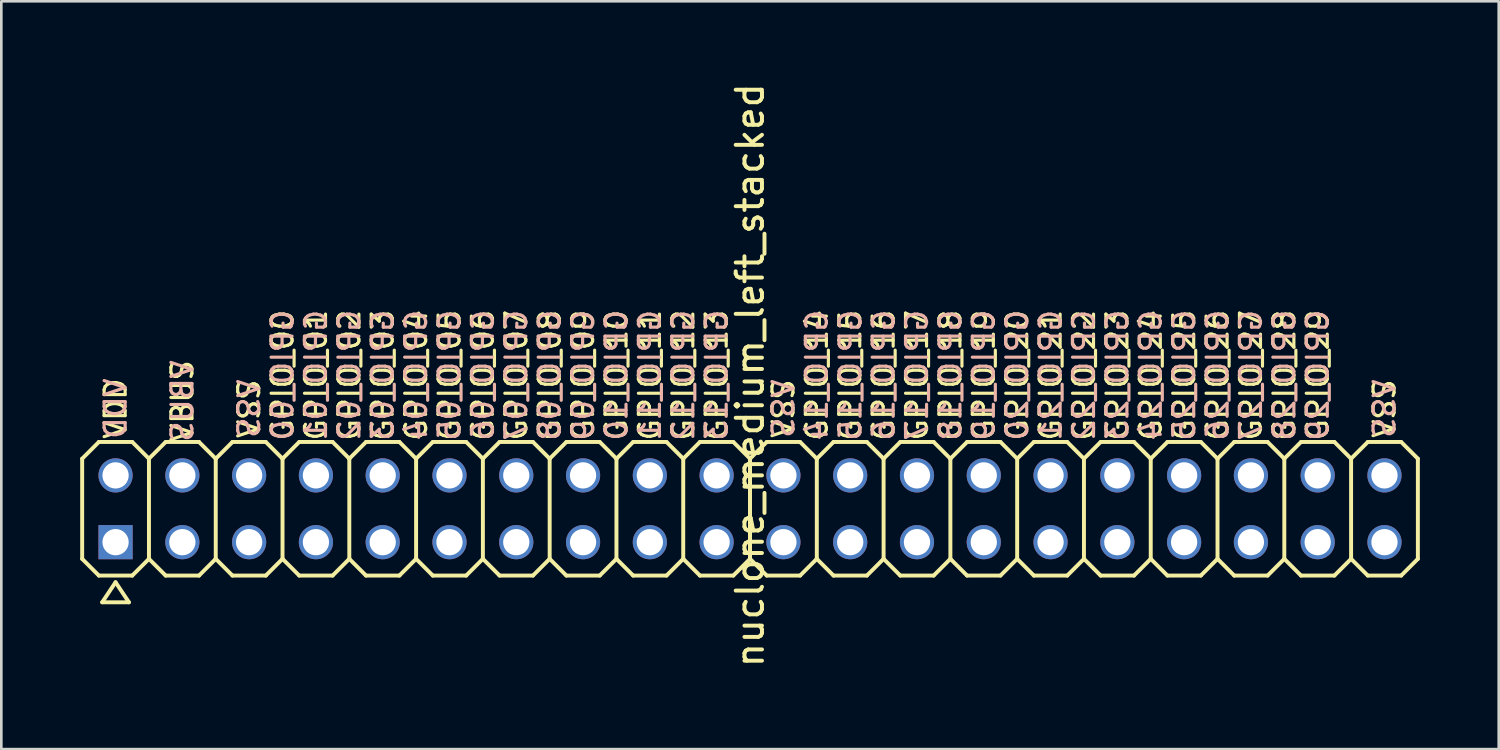
<source format=kicad_pcb>
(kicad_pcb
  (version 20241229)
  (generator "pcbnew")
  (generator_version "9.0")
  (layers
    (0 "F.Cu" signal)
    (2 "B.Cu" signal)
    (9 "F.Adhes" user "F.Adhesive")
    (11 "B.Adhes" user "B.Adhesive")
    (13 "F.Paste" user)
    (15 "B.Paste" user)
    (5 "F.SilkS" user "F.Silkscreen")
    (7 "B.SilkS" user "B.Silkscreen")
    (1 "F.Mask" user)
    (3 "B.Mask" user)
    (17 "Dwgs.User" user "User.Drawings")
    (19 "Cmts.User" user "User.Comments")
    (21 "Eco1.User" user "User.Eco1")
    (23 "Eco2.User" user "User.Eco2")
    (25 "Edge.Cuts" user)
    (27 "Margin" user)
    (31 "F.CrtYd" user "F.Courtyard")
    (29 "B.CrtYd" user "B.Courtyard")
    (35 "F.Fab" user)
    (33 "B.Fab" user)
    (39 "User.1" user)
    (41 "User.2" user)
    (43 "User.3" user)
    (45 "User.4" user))
  (footprint "nuclone_medium_left_stacked"
    (layer "F.Cu")
    (at 25.475 16.3)
    (property "Reference" "nuclone_medium_left_stacked" (at 0 -5.08 90) (layer "F.SilkS") (effects (font (size 1 1) (thickness 0.15))))
    (attr through_hole)
    (fp_line (start -25.4 -1.905) (end -24.765 -2.54) (stroke (width 0.15) (type solid)) (layer "F.SilkS"))
    (fp_line (start -25.4 1.905) (end -25.4 -1.905) (stroke (width 0.15) (type solid)) (layer "F.SilkS"))
    (fp_line (start -25.4 1.905) (end -24.765 2.54) (stroke (width 0.15) (type solid)) (layer "F.SilkS"))
    (fp_line (start -24.765 -2.54) (end -23.495 -2.54) (stroke (width 0.15) (type solid)) (layer "F.SilkS"))
    (fp_line (start -24.765 2.54) (end -23.495 2.54) (stroke (width 0.15) (type solid)) (layer "F.SilkS"))
    (fp_line (start -24.638 3.556) (end -23.622 3.556) (stroke (width 0.15) (type solid)) (layer "F.SilkS"))
    (fp_line (start -24.13 2.794) (end -24.638 3.556) (stroke (width 0.15) (type solid)) (layer "F.SilkS"))
    (fp_line (start -23.622 3.556) (end -24.13 2.794) (stroke (width 0.15) (type solid)) (layer "F.SilkS"))
    (fp_line (start -23.495 -2.54) (end -22.86 -1.905) (stroke (width 0.15) (type solid)) (layer "F.SilkS"))
    (fp_line (start -23.495 2.54) (end -22.86 1.905) (stroke (width 0.15) (type solid)) (layer "F.SilkS"))
    (fp_line (start -22.86 -1.905) (end -22.86 1.905) (stroke (width 0.15) (type solid)) (layer "F.SilkS"))
    (fp_line (start -22.86 -1.905) (end -22.225 -2.54) (stroke (width 0.15) (type solid)) (layer "F.SilkS"))
    (fp_line (start -22.86 1.905) (end -22.225 2.54) (stroke (width 0.15) (type solid)) (layer "F.SilkS"))
    (fp_line (start -22.225 -2.54) (end -20.955 -2.54) (stroke (width 0.15) (type solid)) (layer "F.SilkS"))
    (fp_line (start -22.225 2.54) (end -20.955 2.54) (stroke (width 0.15) (type solid)) (layer "F.SilkS"))
    (fp_line (start -20.955 -2.54) (end -20.32 -1.905) (stroke (width 0.15) (type solid)) (layer "F.SilkS"))
    (fp_line (start -20.955 2.54) (end -20.32 1.905) (stroke (width 0.15) (type solid)) (layer "F.SilkS"))
    (fp_line (start -20.32 -1.905) (end -20.32 1.905) (stroke (width 0.15) (type solid)) (layer "F.SilkS"))
    (fp_line (start -20.32 -1.905) (end -19.685 -2.54) (stroke (width 0.15) (type solid)) (layer "F.SilkS"))
    (fp_line (start -20.32 1.905) (end -19.685 2.54) (stroke (width 0.15) (type solid)) (layer "F.SilkS"))
    (fp_line (start -19.685 -2.54) (end -18.415 -2.54) (stroke (width 0.15) (type solid)) (layer "F.SilkS"))
    (fp_line (start -19.685 2.54) (end -18.415 2.54) (stroke (width 0.15) (type solid)) (layer "F.SilkS"))
    (fp_line (start -18.415 -2.54) (end -17.78 -1.905) (stroke (width 0.15) (type solid)) (layer "F.SilkS"))
    (fp_line (start -18.415 2.54) (end -17.78 1.905) (stroke (width 0.15) (type solid)) (layer "F.SilkS"))
    (fp_line (start -17.78 -1.905) (end -17.78 1.905) (stroke (width 0.15) (type solid)) (layer "F.SilkS"))
    (fp_line (start -17.78 -1.905) (end -17.145 -2.54) (stroke (width 0.15) (type solid)) (layer "F.SilkS"))
    (fp_line (start -17.78 1.905) (end -17.145 2.54) (stroke (width 0.15) (type solid)) (layer "F.SilkS"))
    (fp_line (start -17.145 -2.54) (end -15.875 -2.54) (stroke (width 0.15) (type solid)) (layer "F.SilkS"))
    (fp_line (start -17.145 2.54) (end -15.875 2.54) (stroke (width 0.15) (type solid)) (layer "F.SilkS"))
    (fp_line (start -15.875 -2.54) (end -15.24 -1.905) (stroke (width 0.15) (type solid)) (layer "F.SilkS"))
    (fp_line (start -15.875 2.54) (end -15.24 1.905) (stroke (width 0.15) (type solid)) (layer "F.SilkS"))
    (fp_line (start -15.24 -1.905) (end -15.24 1.905) (stroke (width 0.15) (type solid)) (layer "F.SilkS"))
    (fp_line (start -15.24 -1.905) (end -14.605 -2.54) (stroke (width 0.15) (type solid)) (layer "F.SilkS"))
    (fp_line (start -15.24 1.905) (end -14.605 2.54) (stroke (width 0.15) (type solid)) (layer "F.SilkS"))
    (fp_line (start -14.605 -2.54) (end -13.335 -2.54) (stroke (width 0.15) (type solid)) (layer "F.SilkS"))
    (fp_line (start -14.605 2.54) (end -13.335 2.54) (stroke (width 0.15) (type solid)) (layer "F.SilkS"))
    (fp_line (start -13.335 -2.54) (end -12.7 -1.905) (stroke (width 0.15) (type solid)) (layer "F.SilkS"))
    (fp_line (start -13.335 2.54) (end -12.7 1.905) (stroke (width 0.15) (type solid)) (layer "F.SilkS"))
    (fp_line (start -12.7 -1.905) (end -12.7 1.905) (stroke (width 0.15) (type solid)) (layer "F.SilkS"))
    (fp_line (start -12.7 -1.905) (end -12.065 -2.54) (stroke (width 0.15) (type solid)) (layer "F.SilkS"))
    (fp_line (start -12.7 1.905) (end -12.065 2.54) (stroke (width 0.15) (type solid)) (layer "F.SilkS"))
    (fp_line (start -12.065 -2.54) (end -10.795 -2.54) (stroke (width 0.15) (type solid)) (layer "F.SilkS"))
    (fp_line (start -12.065 2.54) (end -10.795 2.54) (stroke (width 0.15) (type solid)) (layer "F.SilkS"))
    (fp_line (start -10.795 -2.54) (end -10.16 -1.905) (stroke (width 0.15) (type solid)) (layer "F.SilkS"))
    (fp_line (start -10.795 2.54) (end -10.16 1.905) (stroke (width 0.15) (type solid)) (layer "F.SilkS"))
    (fp_line (start -10.16 -1.905) (end -10.16 1.905) (stroke (width 0.15) (type solid)) (layer "F.SilkS"))
    (fp_line (start -10.16 -1.905) (end -9.525 -2.54) (stroke (width 0.15) (type solid)) (layer "F.SilkS"))
    (fp_line (start -10.16 1.905) (end -9.525 2.54) (stroke (width 0.15) (type solid)) (layer "F.SilkS"))
    (fp_line (start -9.525 -2.54) (end -8.255 -2.54) (stroke (width 0.15) (type solid)) (layer "F.SilkS"))
    (fp_line (start -9.525 2.54) (end -8.255 2.54) (stroke (width 0.15) (type solid)) (layer "F.SilkS"))
    (fp_line (start -8.255 -2.54) (end -7.62 -1.905) (stroke (width 0.15) (type solid)) (layer "F.SilkS"))
    (fp_line (start -7.62 -1.905) (end -7.62 1.905) (stroke (width 0.15) (type solid)) (layer "F.SilkS"))
    (fp_line (start -7.62 -1.905) (end -6.985 -2.54) (stroke (width 0.15) (type solid)) (layer "F.SilkS"))
    (fp_line (start -7.62 1.905) (end -8.255 2.54) (stroke (width 0.15) (type solid)) (layer "F.SilkS"))
    (fp_line (start -7.62 1.905) (end -6.985 2.54) (stroke (width 0.15) (type solid)) (layer "F.SilkS"))
    (fp_line (start -6.985 -2.54) (end -5.715 -2.54) (stroke (width 0.15) (type solid)) (layer "F.SilkS"))
    (fp_line (start -6.985 2.54) (end -5.715 2.54) (stroke (width 0.15) (type solid)) (layer "F.SilkS"))
    (fp_line (start -5.715 -2.54) (end -5.08 -1.905) (stroke (width 0.15) (type solid)) (layer "F.SilkS"))
    (fp_line (start -5.08 -1.905) (end -5.08 1.905) (stroke (width 0.15) (type solid)) (layer "F.SilkS"))
    (fp_line (start -5.08 -1.905) (end -4.445 -2.54) (stroke (width 0.15) (type solid)) (layer "F.SilkS"))
    (fp_line (start -5.08 1.905) (end -5.715 2.54) (stroke (width 0.15) (type solid)) (layer "F.SilkS"))
    (fp_line (start -5.08 1.905) (end -4.445 2.54) (stroke (width 0.15) (type solid)) (layer "F.SilkS"))
    (fp_line (start -4.445 -2.54) (end -3.175 -2.54) (stroke (width 0.15) (type solid)) (layer "F.SilkS"))
    (fp_line (start -4.445 2.54) (end -3.175 2.54) (stroke (width 0.15) (type solid)) (layer "F.SilkS"))
    (fp_line (start -3.175 -2.54) (end -2.54 -1.905) (stroke (width 0.15) (type solid)) (layer "F.SilkS"))
    (fp_line (start -2.54 -1.905) (end -2.54 1.905) (stroke (width 0.15) (type solid)) (layer "F.SilkS"))
    (fp_line (start -2.54 -1.905) (end -1.905 -2.54) (stroke (width 0.15) (type solid)) (layer "F.SilkS"))
    (fp_line (start -2.54 1.905) (end -3.175 2.54) (stroke (width 0.15) (type solid)) (layer "F.SilkS"))
    (fp_line (start -2.54 1.905) (end -1.905 2.54) (stroke (width 0.15) (type solid)) (layer "F.SilkS"))
    (fp_line (start -1.905 -2.54) (end -0.635 -2.54) (stroke (width 0.15) (type solid)) (layer "F.SilkS"))
    (fp_line (start -1.905 2.54) (end -0.635 2.54) (stroke (width 0.15) (type solid)) (layer "F.SilkS"))
    (fp_line (start -0.635 -2.54) (end 0 -1.905) (stroke (width 0.15) (type solid)) (layer "F.SilkS"))
    (fp_line (start 0 -1.905) (end 0 1.905) (stroke (width 0.15) (type solid)) (layer "F.SilkS"))
    (fp_line (start 0 -1.905) (end 0.635 -2.54) (stroke (width 0.15) (type solid)) (layer "F.SilkS"))
    (fp_line (start 0 1.905) (end -0.635 2.54) (stroke (width 0.15) (type solid)) (layer "F.SilkS"))
    (fp_line (start 0 1.905) (end 0 -1.905) (stroke (width 0.15) (type solid)) (layer "F.SilkS"))
    (fp_line (start 0 1.905) (end 0.635 2.54) (stroke (width 0.15) (type solid)) (layer "F.SilkS"))
    (fp_line (start 0.635 -2.54) (end 1.905 -2.54) (stroke (width 0.15) (type solid)) (layer "F.SilkS"))
    (fp_line (start 0.635 2.54) (end 1.905 2.54) (stroke (width 0.15) (type solid)) (layer "F.SilkS"))
    (fp_line (start 1.905 -2.54) (end 2.54 -1.905) (stroke (width 0.15) (type solid)) (layer "F.SilkS"))
    (fp_line (start 1.905 2.54) (end 2.54 1.905) (stroke (width 0.15) (type solid)) (layer "F.SilkS"))
    (fp_line (start 2.54 -1.905) (end 2.54 1.905) (stroke (width 0.15) (type solid)) (layer "F.SilkS"))
    (fp_line (start 2.54 -1.905) (end 3.175 -2.54) (stroke (width 0.15) (type solid)) (layer "F.SilkS"))
    (fp_line (start 2.54 1.905) (end 3.175 2.54) (stroke (width 0.15) (type solid)) (layer "F.SilkS"))
    (fp_line (start 3.175 -2.54) (end 4.445 -2.54) (stroke (width 0.15) (type solid)) (layer "F.SilkS"))
    (fp_line (start 3.175 2.54) (end 4.445 2.54) (stroke (width 0.15) (type solid)) (layer "F.SilkS"))
    (fp_line (start 4.445 -2.54) (end 5.08 -1.905) (stroke (width 0.15) (type solid)) (layer "F.SilkS"))
    (fp_line (start 4.445 2.54) (end 5.08 1.905) (stroke (width 0.15) (type solid)) (layer "F.SilkS"))
    (fp_line (start 5.08 -1.905) (end 5.08 1.905) (stroke (width 0.15) (type solid)) (layer "F.SilkS"))
    (fp_line (start 5.08 -1.905) (end 5.715 -2.54) (stroke (width 0.15) (type solid)) (layer "F.SilkS"))
    (fp_line (start 5.08 1.905) (end 5.715 2.54) (stroke (width 0.15) (type solid)) (layer "F.SilkS"))
    (fp_line (start 5.715 -2.54) (end 6.985 -2.54) (stroke (width 0.15) (type solid)) (layer "F.SilkS"))
    (fp_line (start 5.715 2.54) (end 6.985 2.54) (stroke (width 0.15) (type solid)) (layer "F.SilkS"))
    (fp_line (start 6.985 -2.54) (end 7.62 -1.905) (stroke (width 0.15) (type solid)) (layer "F.SilkS"))
    (fp_line (start 6.985 2.54) (end 7.62 1.905) (stroke (width 0.15) (type solid)) (layer "F.SilkS"))
    (fp_line (start 7.62 -1.905) (end 7.62 1.905) (stroke (width 0.15) (type solid)) (layer "F.SilkS"))
    (fp_line (start 7.62 -1.905) (end 8.255 -2.54) (stroke (width 0.15) (type solid)) (layer "F.SilkS"))
    (fp_line (start 7.62 1.905) (end 8.255 2.54) (stroke (width 0.15) (type solid)) (layer "F.SilkS"))
    (fp_line (start 8.255 -2.54) (end 9.525 -2.54) (stroke (width 0.15) (type solid)) (layer "F.SilkS"))
    (fp_line (start 8.255 2.54) (end 9.525 2.54) (stroke (width 0.15) (type solid)) (layer "F.SilkS"))
    (fp_line (start 9.525 -2.54) (end 10.16 -1.905) (stroke (width 0.15) (type solid)) (layer "F.SilkS"))
    (fp_line (start 9.525 2.54) (end 10.16 1.905) (stroke (width 0.15) (type solid)) (layer "F.SilkS"))
    (fp_line (start 10.16 -1.905) (end 10.16 1.905) (stroke (width 0.15) (type solid)) (layer "F.SilkS"))
    (fp_line (start 10.16 -1.905) (end 10.795 -2.54) (stroke (width 0.15) (type solid)) (layer "F.SilkS"))
    (fp_line (start 10.16 1.905) (end 10.795 2.54) (stroke (width 0.15) (type solid)) (layer "F.SilkS"))
    (fp_line (start 10.795 -2.54) (end 12.065 -2.54) (stroke (width 0.15) (type solid)) (layer "F.SilkS"))
    (fp_line (start 10.795 2.54) (end 12.065 2.54) (stroke (width 0.15) (type solid)) (layer "F.SilkS"))
    (fp_line (start 12.065 -2.54) (end 12.7 -1.905) (stroke (width 0.15) (type solid)) (layer "F.SilkS"))
    (fp_line (start 12.065 2.54) (end 12.7 1.905) (stroke (width 0.15) (type solid)) (layer "F.SilkS"))
    (fp_line (start 12.7 -1.905) (end 12.7 1.905) (stroke (width 0.15) (type solid)) (layer "F.SilkS"))
    (fp_line (start 12.7 -1.905) (end 13.335 -2.54) (stroke (width 0.15) (type solid)) (layer "F.SilkS"))
    (fp_line (start 12.7 1.905) (end 13.335 2.54) (stroke (width 0.15) (type solid)) (layer "F.SilkS"))
    (fp_line (start 13.335 -2.54) (end 14.605 -2.54) (stroke (width 0.15) (type solid)) (layer "F.SilkS"))
    (fp_line (start 13.335 2.54) (end 14.605 2.54) (stroke (width 0.15) (type solid)) (layer "F.SilkS"))
    (fp_line (start 14.605 -2.54) (end 15.24 -1.905) (stroke (width 0.15) (type solid)) (layer "F.SilkS"))
    (fp_line (start 14.605 2.54) (end 15.24 1.905) (stroke (width 0.15) (type solid)) (layer "F.SilkS"))
    (fp_line (start 15.24 -1.905) (end 15.24 1.905) (stroke (width 0.15) (type solid)) (layer "F.SilkS"))
    (fp_line (start 15.24 -1.905) (end 15.875 -2.54) (stroke (width 0.15) (type solid)) (layer "F.SilkS"))
    (fp_line (start 15.24 1.905) (end 15.875 2.54) (stroke (width 0.15) (type solid)) (layer "F.SilkS"))
    (fp_line (start 15.875 -2.54) (end 17.145 -2.54) (stroke (width 0.15) (type solid)) (layer "F.SilkS"))
    (fp_line (start 15.875 2.54) (end 17.145 2.54) (stroke (width 0.15) (type solid)) (layer "F.SilkS"))
    (fp_line (start 17.145 -2.54) (end 17.78 -1.905) (stroke (width 0.15) (type solid)) (layer "F.SilkS"))
    (fp_line (start 17.78 -1.905) (end 17.78 1.905) (stroke (width 0.15) (type solid)) (layer "F.SilkS"))
    (fp_line (start 17.78 -1.905) (end 18.415 -2.54) (stroke (width 0.15) (type solid)) (layer "F.SilkS"))
    (fp_line (start 17.78 1.905) (end 17.145 2.54) (stroke (width 0.15) (type solid)) (layer "F.SilkS"))
    (fp_line (start 17.78 1.905) (end 18.415 2.54) (stroke (width 0.15) (type solid)) (layer "F.SilkS"))
    (fp_line (start 18.415 -2.54) (end 19.685 -2.54) (stroke (width 0.15) (type solid)) (layer "F.SilkS"))
    (fp_line (start 18.415 2.54) (end 19.685 2.54) (stroke (width 0.15) (type solid)) (layer "F.SilkS"))
    (fp_line (start 19.685 -2.54) (end 20.32 -1.905) (stroke (width 0.15) (type solid)) (layer "F.SilkS"))
    (fp_line (start 20.32 -1.905) (end 20.32 1.905) (stroke (width 0.15) (type solid)) (layer "F.SilkS"))
    (fp_line (start 20.32 -1.905) (end 20.955 -2.54) (stroke (width 0.15) (type solid)) (layer "F.SilkS"))
    (fp_line (start 20.32 1.905) (end 19.685 2.54) (stroke (width 0.15) (type solid)) (layer "F.SilkS"))
    (fp_line (start 20.32 1.905) (end 20.955 2.54) (stroke (width 0.15) (type solid)) (layer "F.SilkS"))
    (fp_line (start 20.955 -2.54) (end 22.225 -2.54) (stroke (width 0.15) (type solid)) (layer "F.SilkS"))
    (fp_line (start 20.955 2.54) (end 22.225 2.54) (stroke (width 0.15) (type solid)) (layer "F.SilkS"))
    (fp_line (start 22.225 -2.54) (end 22.86 -1.905) (stroke (width 0.15) (type solid)) (layer "F.SilkS"))
    (fp_line (start 22.86 -1.905) (end 22.86 1.905) (stroke (width 0.15) (type solid)) (layer "F.SilkS"))
    (fp_line (start 22.86 -1.905) (end 23.495 -2.54) (stroke (width 0.15) (type solid)) (layer "F.SilkS"))
    (fp_line (start 22.86 1.905) (end 22.225 2.54) (stroke (width 0.15) (type solid)) (layer "F.SilkS"))
    (fp_line (start 22.86 1.905) (end 23.495 2.54) (stroke (width 0.15) (type solid)) (layer "F.SilkS"))
    (fp_line (start 23.495 -2.54) (end 24.765 -2.54) (stroke (width 0.15) (type solid)) (layer "F.SilkS"))
    (fp_line (start 23.495 2.54) (end 24.765 2.54) (stroke (width 0.15) (type solid)) (layer "F.SilkS"))
    (fp_line (start 24.765 -2.54) (end 25.4 -1.905) (stroke (width 0.15) (type solid)) (layer "F.SilkS"))
    (fp_line (start 25.4 -1.905) (end 25.4 1.905) (stroke (width 0.15) (type solid)) (layer "F.SilkS"))
    (fp_line (start 25.4 1.905) (end 24.765 2.54) (stroke (width 0.15) (type solid)) (layer "F.SilkS"))
    (fp_text user "GPIO_13" (at -1.27 -5.08 90) (layer "F.SilkS") (effects (font (size 0.8 0.8) (thickness 0.12))))
    (fp_text user "GPIO_20" (at 10.16 -5.08 90) (layer "F.SilkS") (effects (font (size 0.8 0.8) (thickness 0.12))))
    (fp_text user "GPIO_10" (at -5.08 -5.08 90) (layer "F.SilkS") (effects (font (size 0.8 0.8) (thickness 0.12))))
    (fp_text user "GPIO_06" (at -10.16 -5.08 90) (layer "F.SilkS") (effects (font (size 0.8 0.8) (thickness 0.12))))
    (fp_text user "GPIO_01" (at -16.51 -5.08 90) (layer "F.SilkS") (effects (font (size 0.8 0.8) (thickness 0.12))))
    (fp_text user "GPIO_07" (at -8.89 -5.08 90) (layer "F.SilkS") (effects (font (size 0.8 0.8) (thickness 0.12))))
    (fp_text user "GPIO_03" (at -13.97 -5.08 90) (layer "F.SilkS") (effects (font (size 0.8 0.8) (thickness 0.12))))
    (fp_text user "GPIO_28" (at 20.32 -5.08 90) (layer "F.SilkS") (effects (font (size 0.8 0.8) (thickness 0.12))))
    (fp_text user "GPIO_08" (at -7.62 -5.08 90) (layer "F.SilkS") (effects (font (size 0.8 0.8) (thickness 0.12))))
    (fp_text user "GPIO_22" (at 12.7 -5.08 90) (layer "F.SilkS") (effects (font (size 0.8 0.8) (thickness 0.12))))
    (fp_text user "GPIO_14" (at 2.54 -5.08 90) (layer "F.SilkS") (effects (font (size 0.8 0.8) (thickness 0.12))))
    (fp_text user "GPIO_19" (at 8.89 -5.08 90) (layer "F.SilkS") (effects (font (size 0.8 0.8) (thickness 0.12))))
    (fp_text user "GPIO_29" (at 21.59 -5.08 90) (layer "F.SilkS") (effects (font (size 0.8 0.8) (thickness 0.12))))
    (fp_text user "GPIO_27" (at 19.05 -5.08 90) (layer "F.SilkS") (effects (font (size 0.8 0.8) (thickness 0.12))))
    (fp_text user "GPIO_25" (at 16.51 -5.08 90) (layer "F.SilkS") (effects (font (size 0.8 0.8) (thickness 0.12))))
    (fp_text user "GPIO_23" (at 13.97 -5.08 90) (layer "F.SilkS") (effects (font (size 0.8 0.8) (thickness 0.12))))
    (fp_text user "VSS" (at 1.27 -3.81 90) (layer "F.SilkS") (effects (font (size 0.8 0.8) (thickness 0.12))))
    (fp_text user "GPIO_00" (at -17.78 -5.08 90) (layer "F.SilkS") (effects (font (size 0.8 0.8) (thickness 0.12))))
    (fp_text user "GPIO_09" (at -6.35 -5.08 90) (layer "F.SilkS") (effects (font (size 0.8 0.8) (thickness 0.12))))
    (fp_text user "VDD" (at -24.13 -3.81 90) (layer "F.SilkS") (effects (font (size 0.8 0.8) (thickness 0.12))))
    (fp_text user "GPIO_15" (at 3.81 -5.08 90) (layer "F.SilkS") (effects (font (size 0.8 0.8) (thickness 0.12))))
    (fp_text user "GPIO_04" (at -12.7 -5.08 90) (layer "F.SilkS") (effects (font (size 0.8 0.8) (thickness 0.12))))
    (fp_text user "GPIO_17" (at 6.35 -5.08 90) (layer "F.SilkS") (effects (font (size 0.8 0.8) (thickness 0.12))))
    (fp_text user "GPIO_18" (at 7.62 -5.08 90) (layer "F.SilkS") (effects (font (size 0.8 0.8) (thickness 0.12))))
    (fp_text user "GPIO_11" (at -3.81 -5.08 90) (layer "F.SilkS") (effects (font (size 0.8 0.8) (thickness 0.12))))
    (fp_text user "GPIO_05" (at -11.43 -5.08 90) (layer "F.SilkS") (effects (font (size 0.8 0.8) (thickness 0.12))))
    (fp_text user "GPIO_26" (at 17.78 -5.08 90) (layer "F.SilkS") (effects (font (size 0.8 0.8) (thickness 0.12))))
    (fp_text user "VSS" (at 24.13 -3.81 90) (layer "F.SilkS") (effects (font (size 0.8 0.8) (thickness 0.12))))
    (fp_text user "GPIO_02" (at -15.24 -5.08 90) (layer "F.SilkS") (effects (font (size 0.8 0.8) (thickness 0.12))))
    (fp_text user "GPIO_12" (at -2.54 -5.08 90) (layer "F.SilkS") (effects (font (size 0.8 0.8) (thickness 0.12))))
    (fp_text user "GPIO_24" (at 15.24 -5.08 90) (layer "F.SilkS") (effects (font (size 0.8 0.8) (thickness 0.12))))
    (fp_text user "GPIO_21" (at 11.43 -5.08 90) (layer "F.SilkS") (effects (font (size 0.8 0.8) (thickness 0.12))))
    (fp_text user "VSS" (at -19.05 -3.8 90) (layer "F.SilkS") (effects (font (size 0.8 0.8) (thickness 0.12))))
    (fp_text user "VBUS" (at -21.59 -4.1 90) (layer "F.SilkS") (effects (font (size 0.8 0.8) (thickness 0.12))))
    (fp_text user "GPIO_16" (at 5.08 -5.08 90) (layer "F.SilkS") (effects (font (size 0.8 0.8) (thickness 0.12))))
    (fp_text user "GPIO_08" (at -7.62 -5.08 90) (layer "B.SilkS") (effects (font (size 0.8 0.8) (thickness 0.12)) (justify mirror)))
    (fp_text user "GPIO_21" (at 11.43 -5.08 90) (layer "B.SilkS") (effects (font (size 0.8 0.8) (thickness 0.12)) (justify mirror)))
    (fp_text user "VBUS" (at -21.59 -4.1 90) (layer "B.SilkS") (effects (font (size 0.8 0.8) (thickness 0.12)) (justify mirror)))
    (fp_text user "GPIO_26" (at 17.78 -5.08 90) (layer "B.SilkS") (effects (font (size 0.8 0.8) (thickness 0.12)) (justify mirror)))
    (fp_text user "GPIO_11" (at -3.81 -5.08 90) (layer "B.SilkS") (effects (font (size 0.8 0.8) (thickness 0.12)) (justify mirror)))
    (fp_text user "GPIO_19" (at 8.89 -5.08 90) (layer "B.SilkS") (effects (font (size 0.8 0.8) (thickness 0.12)) (justify mirror)))
    (fp_text user "GPIO_22" (at 12.7 -5.08 90) (layer "B.SilkS") (effects (font (size 0.8 0.8) (thickness 0.12)) (justify mirror)))
    (fp_text user "GPIO_29" (at 21.59 -5.08 90) (layer "B.SilkS") (effects (font (size 0.8 0.8) (thickness 0.12)) (justify mirror)))
    (fp_text user "VSS" (at 1.27 -3.81 90) (layer "B.SilkS") (effects (font (size 0.8 0.8) (thickness 0.12)) (justify mirror)))
    (fp_text user "GPIO_09" (at -6.35 -5.08 90) (layer "B.SilkS") (effects (font (size 0.8 0.8) (thickness 0.12)) (justify mirror)))
    (fp_text user "GPIO_00" (at -17.78 -5.08 90) (layer "B.SilkS") (effects (font (size 0.8 0.8) (thickness 0.12)) (justify mirror)))
    (fp_text user "GPIO_10" (at -5.08 -5.08 90) (layer "B.SilkS") (effects (font (size 0.8 0.8) (thickness 0.12)) (justify mirror)))
    (fp_text user "GPIO_12" (at -2.54 -5.08 90) (layer "B.SilkS") (effects (font (size 0.8 0.8) (thickness 0.12)) (justify mirror)))
    (fp_text user "GPIO_23" (at 13.97 -5.08 90) (layer "B.SilkS") (effects (font (size 0.8 0.8) (thickness 0.12)) (justify mirror)))
    (fp_text user "VSS" (at 24.13 -3.81 90) (layer "B.SilkS") (effects (font (size 0.8 0.8) (thickness 0.12)) (justify mirror)))
    (fp_text user "GPIO_04" (at -12.7 -5.08 90) (layer "B.SilkS") (effects (font (size 0.8 0.8) (thickness 0.12)) (justify mirror)))
    (fp_text user "GPIO_17" (at 6.35 -5.08 90) (layer "B.SilkS") (effects (font (size 0.8 0.8) (thickness 0.12)) (justify mirror)))
    (fp_text user "GPIO_20" (at 10.16 -5.08 90) (layer "B.SilkS") (effects (font (size 0.8 0.8) (thickness 0.12)) (justify mirror)))
    (fp_text user "GPIO_07" (at -8.89 -5.08 90) (layer "B.SilkS") (effects (font (size 0.8 0.8) (thickness 0.12)) (justify mirror)))
    (fp_text user "GPIO_14" (at 2.54 -5.08 90) (layer "B.SilkS") (effects (font (size 0.8 0.8) (thickness 0.12)) (justify mirror)))
    (fp_text user "GPIO_05" (at -11.43 -5.08 90) (layer "B.SilkS") (effects (font (size 0.8 0.8) (thickness 0.12)) (justify mirror)))
    (fp_text user "GPIO_18" (at 7.62 -5.08 90) (layer "B.SilkS") (effects (font (size 0.8 0.8) (thickness 0.12)) (justify mirror)))
    (fp_text user "GPIO_25" (at 16.51 -5.08 90) (layer "B.SilkS") (effects (font (size 0.8 0.8) (thickness 0.12)) (justify mirror)))
    (fp_text user "GPIO_15" (at 3.82 -5.08 90) (layer "B.SilkS") (effects (font (size 0.8 0.8) (thickness 0.12)) (justify mirror)))
    (fp_text user "VSS" (at -19.05 -3.81 90) (layer "B.SilkS") (effects (font (size 0.8 0.8) (thickness 0.12)) (justify mirror)))
    (fp_text user "GPIO_27" (at 19.05 -5.08 90) (layer "B.SilkS") (effects (font (size 0.8 0.8) (thickness 0.12)) (justify mirror)))
    (fp_text user "VDD" (at -24.13 -3.81 90) (layer "B.SilkS") (effects (font (size 0.8 0.8) (thickness 0.12)) (justify mirror)))
    (fp_text user "GPIO_24" (at 15.24 -5.08 90) (layer "B.SilkS") (effects (font (size 0.8 0.8) (thickness 0.12)) (justify mirror)))
    (fp_text user "GPIO_01" (at -16.51 -5.08 90) (layer "B.SilkS") (effects (font (size 0.8 0.8) (thickness 0.12)) (justify mirror)))
    (fp_text user "GPIO_02" (at -15.24 -5.08 90) (layer "B.SilkS") (effects (font (size 0.8 0.8) (thickness 0.12)) (justify mirror)))
    (fp_text user "GPIO_16" (at 5.08 -5.08 90) (layer "B.SilkS") (effects (font (size 0.8 0.8) (thickness 0.12)) (justify mirror)))
    (fp_text user "GPIO_13" (at -1.27 -5.08 90) (layer "B.SilkS") (effects (font (size 0.8 0.8) (thickness 0.12)) (justify mirror)))
    (fp_text user "GPIO_03" (at -13.97 -5.08 90) (layer "B.SilkS") (effects (font (size 0.8 0.8) (thickness 0.12)) (justify mirror)))
    (fp_text user "GPIO_06" (at -10.16 -5.08 90) (layer "B.SilkS") (effects (font (size 0.8 0.8) (thickness 0.12)) (justify mirror)))
    (fp_text user "GPIO_28" (at 20.32 -5.08 90) (layer "B.SilkS") (effects (font (size 0.8 0.8) (thickness 0.12)) (justify mirror)))
    (pad "1" thru_hole rect (at -24.13 1.27) (size 1.3 1.3) (drill 1) (layers "*.Cu" "*.Mask"))
    (pad "2" thru_hole circle (at -24.13 -1.27) (size 1.3 1.3) (drill 1) (layers "*.Cu" "*.Mask"))
    (pad "3" thru_hole circle (at -21.59 1.27) (size 1.3 1.3) (drill 1) (layers "*.Cu" "*.Mask"))
    (pad "4" thru_hole circle (at -21.59 -1.27) (size 1.3 1.3) (drill 1) (layers "*.Cu" "*.Mask"))
    (pad "5" thru_hole circle (at -19.05 1.27) (size 1.3 1.3) (drill 1) (layers "*.Cu" "*.Mask"))
    (pad "6" thru_hole circle (at -19.05 -1.27) (size 1.3 1.3) (drill 1) (layers "*.Cu" "*.Mask"))
    (pad "7" thru_hole circle (at -16.51 1.27) (size 1.3 1.3) (drill 1) (layers "*.Cu" "*.Mask"))
    (pad "8" thru_hole circle (at -16.51 -1.27) (size 1.3 1.3) (drill 1) (layers "*.Cu" "*.Mask"))
    (pad "9" thru_hole circle (at -13.97 1.27) (size 1.3 1.3) (drill 1) (layers "*.Cu" "*.Mask"))
    (pad "10" thru_hole circle (at -13.97 -1.27) (size 1.3 1.3) (drill 1) (layers "*.Cu" "*.Mask"))
    (pad "11" thru_hole circle (at -11.43 1.27) (size 1.3 1.3) (drill 1) (layers "*.Cu" "*.Mask"))
    (pad "12" thru_hole circle (at -11.43 -1.27) (size 1.3 1.3) (drill 1) (layers "*.Cu" "*.Mask"))
    (pad "13" thru_hole circle (at -8.89 1.27) (size 1.3 1.3) (drill 1) (layers "*.Cu" "*.Mask"))
    (pad "14" thru_hole circle (at -8.89 -1.27) (size 1.3 1.3) (drill 1) (layers "*.Cu" "*.Mask"))
    (pad "15" thru_hole circle (at -6.35 1.27) (size 1.3 1.3) (drill 1) (layers "*.Cu" "*.Mask"))
    (pad "16" thru_hole circle (at -6.35 -1.27) (size 1.3 1.3) (drill 1) (layers "*.Cu" "*.Mask"))
    (pad "17" thru_hole circle (at -3.81 1.27) (size 1.3 1.3) (drill 1) (layers "*.Cu" "*.Mask"))
    (pad "18" thru_hole circle (at -3.81 -1.27) (size 1.3 1.3) (drill 1) (layers "*.Cu" "*.Mask"))
    (pad "19" thru_hole circle (at -1.27 1.27) (size 1.3 1.3) (drill 1) (layers "*.Cu" "*.Mask"))
    (pad "20" thru_hole circle (at -1.27 -1.27) (size 1.3 1.3) (drill 1) (layers "*.Cu" "*.Mask"))
    (pad "21" thru_hole circle (at 1.27 1.27) (size 1.3 1.3) (drill 1) (layers "*.Cu" "*.Mask"))
    (pad "22" thru_hole circle (at 1.27 -1.27) (size 1.3 1.3) (drill 1) (layers "*.Cu" "*.Mask"))
    (pad "23" thru_hole circle (at 3.81 1.27) (size 1.3 1.3) (drill 1) (layers "*.Cu" "*.Mask"))
    (pad "24" thru_hole circle (at 3.81 -1.27) (size 1.3 1.3) (drill 1) (layers "*.Cu" "*.Mask"))
    (pad "25" thru_hole circle (at 6.35 1.27) (size 1.3 1.3) (drill 1) (layers "*.Cu" "*.Mask"))
    (pad "26" thru_hole circle (at 6.35 -1.27) (size 1.3 1.3) (drill 1) (layers "*.Cu" "*.Mask"))
    (pad "27" thru_hole circle (at 8.89 1.27) (size 1.3 1.3) (drill 1) (layers "*.Cu" "*.Mask"))
    (pad "28" thru_hole circle (at 8.89 -1.27) (size 1.3 1.3) (drill 1) (layers "*.Cu" "*.Mask"))
    (pad "29" thru_hole circle (at 11.43 1.27) (size 1.3 1.3) (drill 1) (layers "*.Cu" "*.Mask"))
    (pad "30" thru_hole circle (at 11.43 -1.27) (size 1.3 1.3) (drill 1) (layers "*.Cu" "*.Mask"))
    (pad "31" thru_hole circle (at 13.97 1.27) (size 1.3 1.3) (drill 1) (layers "*.Cu" "*.Mask"))
    (pad "32" thru_hole circle (at 13.97 -1.27) (size 1.3 1.3) (drill 1) (layers "*.Cu" "*.Mask"))
    (pad "33" thru_hole circle (at 16.51 1.27) (size 1.3 1.3) (drill 1) (layers "*.Cu" "*.Mask"))
    (pad "34" thru_hole circle (at 16.51 -1.27) (size 1.3 1.3) (drill 1) (layers "*.Cu" "*.Mask"))
    (pad "35" thru_hole circle (at 19.05 1.27) (size 1.3 1.3) (drill 1) (layers "*.Cu" "*.Mask"))
    (pad "36" thru_hole circle (at 19.05 -1.27) (size 1.3 1.3) (drill 1) (layers "*.Cu" "*.Mask"))
    (pad "37" thru_hole circle (at 21.59 1.27) (size 1.3 1.3) (drill 1) (layers "*.Cu" "*.Mask"))
    (pad "38" thru_hole circle (at 21.59 -1.27) (size 1.3 1.3) (drill 1) (layers "*.Cu" "*.Mask"))
    (pad "39" thru_hole circle (at 24.13 1.27) (size 1.3 1.3) (drill 1) (layers "*.Cu" "*.Mask"))
    (pad "40" thru_hole circle (at 24.13 -1.27) (size 1.3 1.3) (drill 1) (layers "*.Cu" "*.Mask")))
  (gr_rect
    (start -3 -3)
    (end 53.95 25.44)
    (stroke (width 0.1) (type default))
    (fill no)
    (layer "Edge.Cuts")))
</source>
